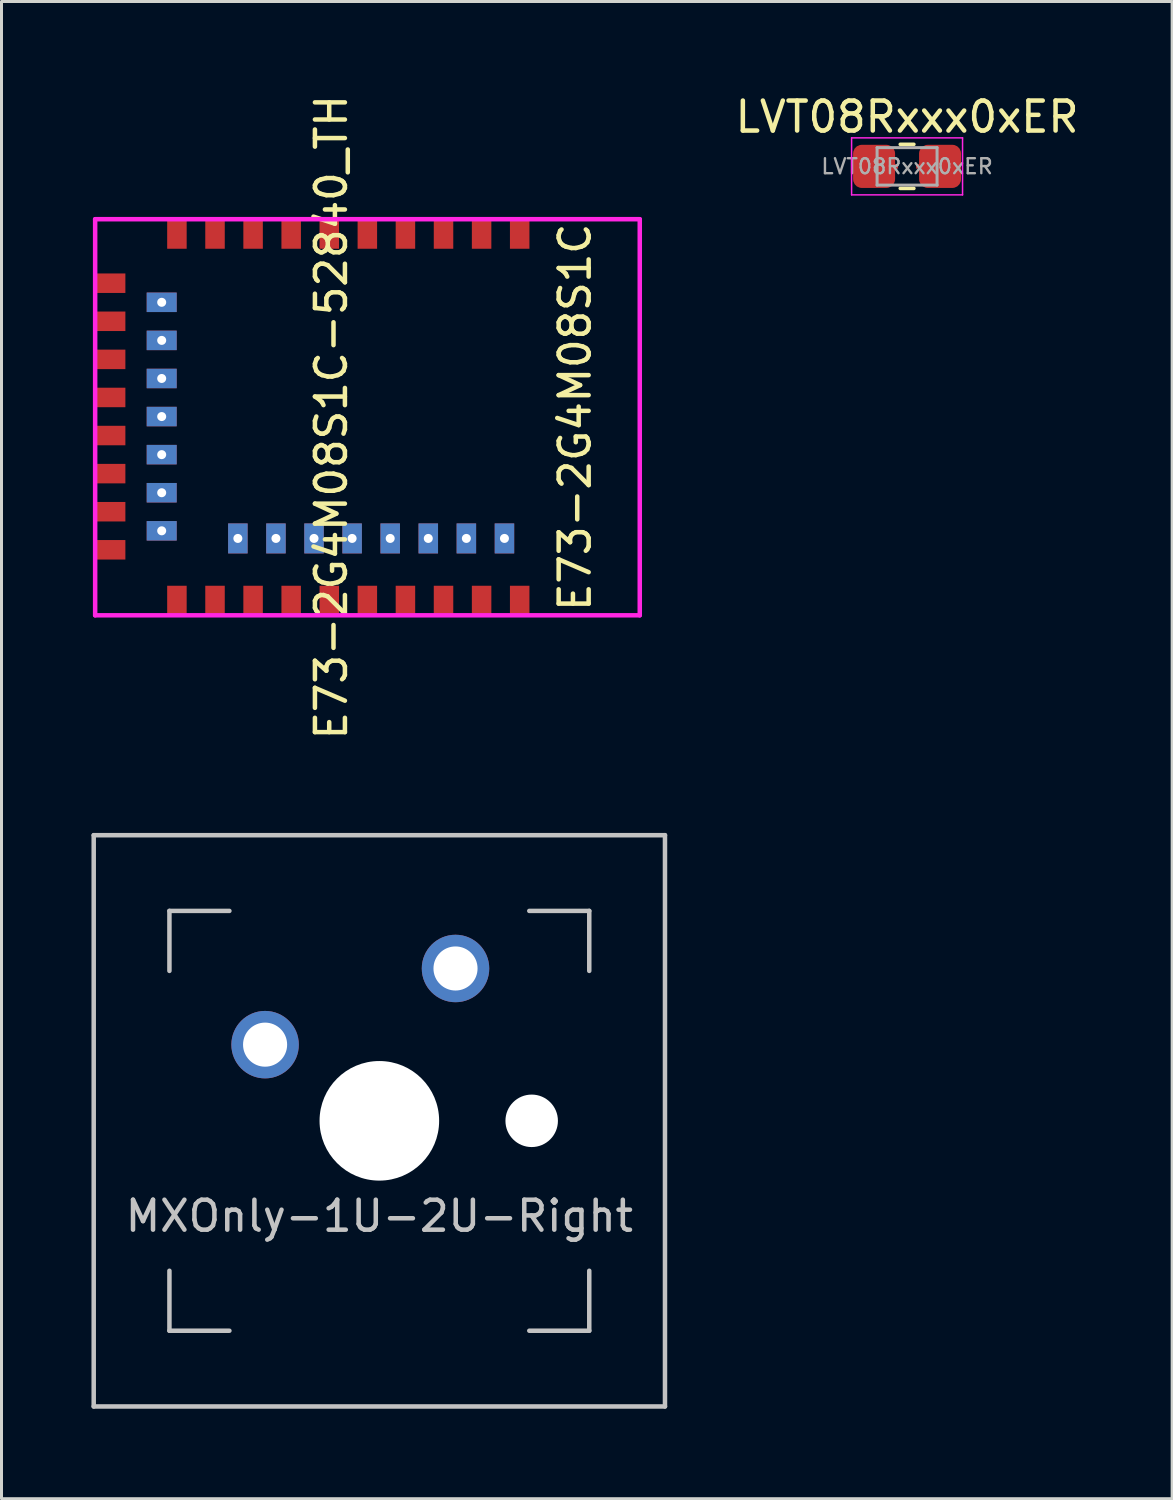
<source format=kicad_pcb>
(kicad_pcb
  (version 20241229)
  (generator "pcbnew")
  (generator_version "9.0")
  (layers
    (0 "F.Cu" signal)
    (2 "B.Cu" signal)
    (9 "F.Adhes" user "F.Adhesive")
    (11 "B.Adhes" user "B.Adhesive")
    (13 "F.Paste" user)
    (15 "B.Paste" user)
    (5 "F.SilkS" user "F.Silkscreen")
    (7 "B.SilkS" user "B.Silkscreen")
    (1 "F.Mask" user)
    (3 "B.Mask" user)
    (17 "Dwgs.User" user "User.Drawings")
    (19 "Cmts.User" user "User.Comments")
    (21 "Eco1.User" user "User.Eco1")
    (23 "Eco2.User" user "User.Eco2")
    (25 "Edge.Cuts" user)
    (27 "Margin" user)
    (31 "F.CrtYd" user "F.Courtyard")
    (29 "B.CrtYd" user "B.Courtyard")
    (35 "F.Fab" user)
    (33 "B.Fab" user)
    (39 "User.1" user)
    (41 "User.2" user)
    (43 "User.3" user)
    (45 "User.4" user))
  (footprint "E73-2G4M08S1C-52840_TH"
    (layer "F.Cu")
    (at 0.25 10.864)
    (property "Reference" "E73-2G4M08S1C-52840_TH" (at 7.747 -0.000467 270) (layer "F.SilkS") (effects (font (size 1 1) (thickness 0.15))))
    (fp_line (start -0.127 -6.604) (end -0.127 6.604) (stroke (width 0.15) (type solid)) (layer "F.CrtYd"))
    (fp_line (start -0.127 6.604) (end 18.034 6.604) (stroke (width 0.15) (type solid)) (layer "F.CrtYd"))
    (fp_line (start 18.034 -6.604) (end -0.127 -6.604) (stroke (width 0.15) (type solid)) (layer "F.CrtYd"))
    (fp_line (start 18.034 6.604) (end 18.034 -6.604) (stroke (width 0.15) (type solid)) (layer "F.CrtYd"))
    (fp_text user "E73-2G4M08S1C" (at 15.875 0 90) (layer "F.SilkS") (effects (font (size 1 1) (thickness 0.15))))
    (pad "1" smd rect (at 14.03 -6.119) (size 0.65 1) (layers "F.Cu" "F.Mask" "F.Paste"))
    (pad "2" smd rect (at 12.76 -6.119) (size 0.65 1) (layers "F.Cu" "F.Mask" "F.Paste"))
    (pad "3" smd rect (at 11.49 -6.119) (size 0.65 1) (layers "F.Cu" "F.Mask" "F.Paste"))
    (pad "4" smd rect (at 10.22 -6.119) (size 0.65 1) (layers "F.Cu" "F.Mask" "F.Paste"))
    (pad "5" smd rect (at 8.95 -6.119) (size 0.65 1) (layers "F.Cu" "F.Mask" "F.Paste"))
    (pad "6" smd rect (at 7.68 -6.119) (size 0.65 1) (layers "F.Cu" "F.Mask" "F.Paste"))
    (pad "7" smd rect (at 6.41 -6.119) (size 0.65 1) (layers "F.Cu" "F.Mask" "F.Paste"))
    (pad "8" smd rect (at 5.14 -6.119) (size 0.65 1) (layers "F.Cu" "F.Mask" "F.Paste"))
    (pad "9" smd rect (at 3.87 -6.119) (size 0.65 1) (layers "F.Cu" "F.Mask" "F.Paste"))
    (pad "10" smd rect (at 2.6 -6.119) (size 0.65 1) (layers "F.Cu" "F.Mask" "F.Paste"))
    (pad "11" smd rect (at 0.381 -4.47 90) (size 0.65 1) (layers "F.Cu" "F.Mask" "F.Paste"))
    (pad "12" thru_hole rect (at 2.092 -3.833 90) (size 0.65 1) (drill 0.3) (layers "*.Cu" "*.Mask"))
    (pad "13" smd rect (at 0.381 -3.2 90) (size 0.65 1) (layers "F.Cu" "F.Mask" "F.Paste"))
    (pad "14" thru_hole rect (at 2.092 -2.563 90) (size 0.65 1) (drill 0.3) (layers "*.Cu" "*.Mask"))
    (pad "15" smd rect (at 0.381 -1.93 90) (size 0.65 1) (layers "F.Cu" "F.Mask" "F.Paste"))
    (pad "16" thru_hole rect (at 2.092 -1.293 90) (size 0.65 1) (drill 0.3) (layers "*.Cu" "*.Mask"))
    (pad "17" smd rect (at 0.381 -0.66 90) (size 0.65 1) (layers "F.Cu" "F.Mask" "F.Paste"))
    (pad "18" thru_hole rect (at 2.092 -0.023 90) (size 0.65 1) (drill 0.3) (layers "*.Cu" "*.Mask"))
    (pad "19" smd rect (at 0.381 0.61 90) (size 0.65 1) (layers "F.Cu" "F.Mask" "F.Paste"))
    (pad "20" thru_hole rect (at 2.092 1.247 90) (size 0.65 1) (drill 0.3) (layers "*.Cu" "*.Mask"))
    (pad "21" smd rect (at 0.381 1.88 90) (size 0.65 1) (layers "F.Cu" "F.Mask" "F.Paste"))
    (pad "22" thru_hole rect (at 2.092 2.517 90) (size 0.65 1) (drill 0.3) (layers "*.Cu" "*.Mask"))
    (pad "23" smd rect (at 0.381 3.15 90) (size 0.65 1) (layers "F.Cu" "F.Mask" "F.Paste"))
    (pad "24" thru_hole rect (at 2.092 3.787 90) (size 0.65 1) (drill 0.3) (layers "*.Cu" "*.Mask"))
    (pad "25" smd rect (at 0.381 4.42 90) (size 0.65 1) (layers "F.Cu" "F.Mask" "F.Paste"))
    (pad "26" smd rect (at 2.6 6.119) (size 0.65 1) (layers "F.Cu" "F.Mask" "F.Paste"))
    (pad "27" smd rect (at 3.87 6.119) (size 0.65 1) (layers "F.Cu" "F.Mask" "F.Paste"))
    (pad "28" thru_hole rect (at 4.632 4.041) (size 0.65 1) (drill 0.3) (layers "*.Cu" "*.Mask"))
    (pad "29" smd rect (at 5.14 6.119) (size 0.65 1) (layers "F.Cu" "F.Mask" "F.Paste"))
    (pad "30" thru_hole rect (at 5.902 4.041) (size 0.65 1) (drill 0.3) (layers "*.Cu" "*.Mask"))
    (pad "31" smd rect (at 6.41 6.119) (size 0.65 1) (layers "F.Cu" "F.Mask" "F.Paste"))
    (pad "32" thru_hole rect (at 7.172 4.041) (size 0.65 1) (drill 0.3) (layers "*.Cu" "*.Mask"))
    (pad "33" smd rect (at 7.68 6.119) (size 0.65 1) (layers "F.Cu" "F.Mask" "F.Paste"))
    (pad "34" thru_hole rect (at 8.442 4.041) (size 0.65 1) (drill 0.3) (layers "*.Cu" "*.Mask"))
    (pad "35" smd rect (at 8.95 6.119) (size 0.65 1) (layers "F.Cu" "F.Mask" "F.Paste"))
    (pad "36" thru_hole rect (at 9.712 4.041) (size 0.65 1) (drill 0.3) (layers "*.Cu" "*.Mask"))
    (pad "37" smd rect (at 10.22 6.119) (size 0.65 1) (layers "F.Cu" "F.Mask" "F.Paste"))
    (pad "38" thru_hole rect (at 10.982 4.041) (size 0.65 1) (drill 0.3) (layers "*.Cu" "*.Mask"))
    (pad "39" smd rect (at 11.49 6.119) (size 0.65 1) (layers "F.Cu" "F.Mask" "F.Paste"))
    (pad "40" thru_hole rect (at 12.252 4.041) (size 0.65 1) (drill 0.3) (layers "*.Cu" "*.Mask"))
    (pad "41" smd rect (at 12.76 6.119) (size 0.65 1) (layers "F.Cu" "F.Mask" "F.Paste"))
    (pad "42" thru_hole rect (at 13.522 4.041) (size 0.65 1) (drill 0.3) (layers "*.Cu" "*.Mask"))
    (pad "43" smd rect (at 14.03 6.119) (size 0.65 1) (layers "F.Cu" "F.Mask" "F.Paste")))
  (footprint "LVT08Rxxx0xER"
    (layer "F.Cu")
    (at 27.198 2.498)
    (property "Reference" "LVT08Rxxx0xER" (at 0 -1.65 0) (layer "F.SilkS") (effects (font (size 1 1) (thickness 0.15))))
    (attr smd)
    (fp_line (start -0.227 -0.735) (end 0.227 -0.735) (stroke (width 0.12) (type solid)) (layer "F.SilkS"))
    (fp_line (start -0.227 0.735) (end 0.227 0.735) (stroke (width 0.12) (type solid)) (layer "F.SilkS"))
    (fp_line (start -1.85 -0.95) (end 1.85 -0.95) (stroke (width 0.05) (type solid)) (layer "F.CrtYd"))
    (fp_line (start -1.85 0.95) (end -1.85 -0.95) (stroke (width 0.05) (type solid)) (layer "F.CrtYd"))
    (fp_line (start 1.85 -0.95) (end 1.85 0.95) (stroke (width 0.05) (type solid)) (layer "F.CrtYd"))
    (fp_line (start 1.85 0.95) (end -1.85 0.95) (stroke (width 0.05) (type solid)) (layer "F.CrtYd"))
    (fp_line (start -1 -0.625) (end 1 -0.625) (stroke (width 0.1) (type solid)) (layer "F.Fab"))
    (fp_line (start -1 0.625) (end -1 -0.625) (stroke (width 0.1) (type solid)) (layer "F.Fab"))
    (fp_line (start 1 -0.625) (end 1 0.625) (stroke (width 0.1) (type solid)) (layer "F.Fab"))
    (fp_line (start 1 0.625) (end -1 0.625) (stroke (width 0.1) (type solid)) (layer "F.Fab"))
    (fp_text user "${REFERENCE}" (at 0 0 0) (layer "F.Fab") (effects (font (size 0.5 0.5) (thickness 0.08))))
    (pad "1" smd roundrect (at -1.1 0) (size 1.4 1.44) (layers "F.Cu" "F.Mask" "F.Paste") (roundrect_rratio 0.208))
    (pad "1" smd rect (at -0.4 0) (size 0.2 0.15) (layers "F.Cu"))
    (pad "2" smd rect (at 0.4 0) (size 0.2 0.15) (layers "F.Cu"))
    (pad "2" smd roundrect (at 1.1 0) (size 1.4 1.44) (layers "F.Cu" "F.Mask" "F.Paste") (roundrect_rratio 0.208)))
  (footprint "MXOnly-1U-2U-Right"
    (layer "F.Cu")
    (at 9.6 34.326)
    (property "Reference" "MXOnly-1U-2U-Right" (at 0 3.175 0) (layer "Dwgs.User") (effects (font (size 1 1) (thickness 0.15))))
    (fp_line (start -9.525 -9.525) (end 9.525 -9.525) (stroke (width 0.15) (type solid)) (layer "Dwgs.User"))
    (fp_line (start -9.525 9.525) (end -9.525 -9.525) (stroke (width 0.15) (type solid)) (layer "Dwgs.User"))
    (fp_line (start -7 -7) (end -7 -5) (stroke (width 0.15) (type solid)) (layer "Dwgs.User"))
    (fp_line (start -7 5) (end -7 7) (stroke (width 0.15) (type solid)) (layer "Dwgs.User"))
    (fp_line (start -7 7) (end -5 7) (stroke (width 0.15) (type solid)) (layer "Dwgs.User"))
    (fp_line (start -5 -7) (end -7 -7) (stroke (width 0.15) (type solid)) (layer "Dwgs.User"))
    (fp_line (start 5 -7) (end 7 -7) (stroke (width 0.15) (type solid)) (layer "Dwgs.User"))
    (fp_line (start 5 7) (end 7 7) (stroke (width 0.15) (type solid)) (layer "Dwgs.User"))
    (fp_line (start 7 -7) (end 7 -5) (stroke (width 0.15) (type solid)) (layer "Dwgs.User"))
    (fp_line (start 7 7) (end 7 5) (stroke (width 0.15) (type solid)) (layer "Dwgs.User"))
    (fp_line (start 9.525 -9.525) (end 9.525 9.525) (stroke (width 0.15) (type solid)) (layer "Dwgs.User"))
    (fp_line (start 9.525 9.525) (end -9.525 9.525) (stroke (width 0.15) (type solid)) (layer "Dwgs.User"))
    (pad "" np_thru_hole circle (at 0 0) (size 3.988 3.988) (drill 3.988) (layers "*.Cu" "*.Mask"))
    (pad "" np_thru_hole circle (at 5.08 0 48.1) (size 1.75 1.75) (drill 1.75) (layers "*.Cu" "*.Mask"))
    (pad "1" thru_hole circle (at -3.81 -2.54) (size 2.25 2.25) (drill 1.47) (layers "*.Cu" "B.Mask"))
    (pad "2" thru_hole circle (at 2.54 -5.08) (size 2.25 2.25) (drill 1.47) (layers "*.Cu" "B.Mask")))
  (gr_rect
    (start -3 -3)
    (end 36.038 46.926)
    (stroke (width 0.1) (type default))
    (fill no)
    (layer "Edge.Cuts")))
</source>
